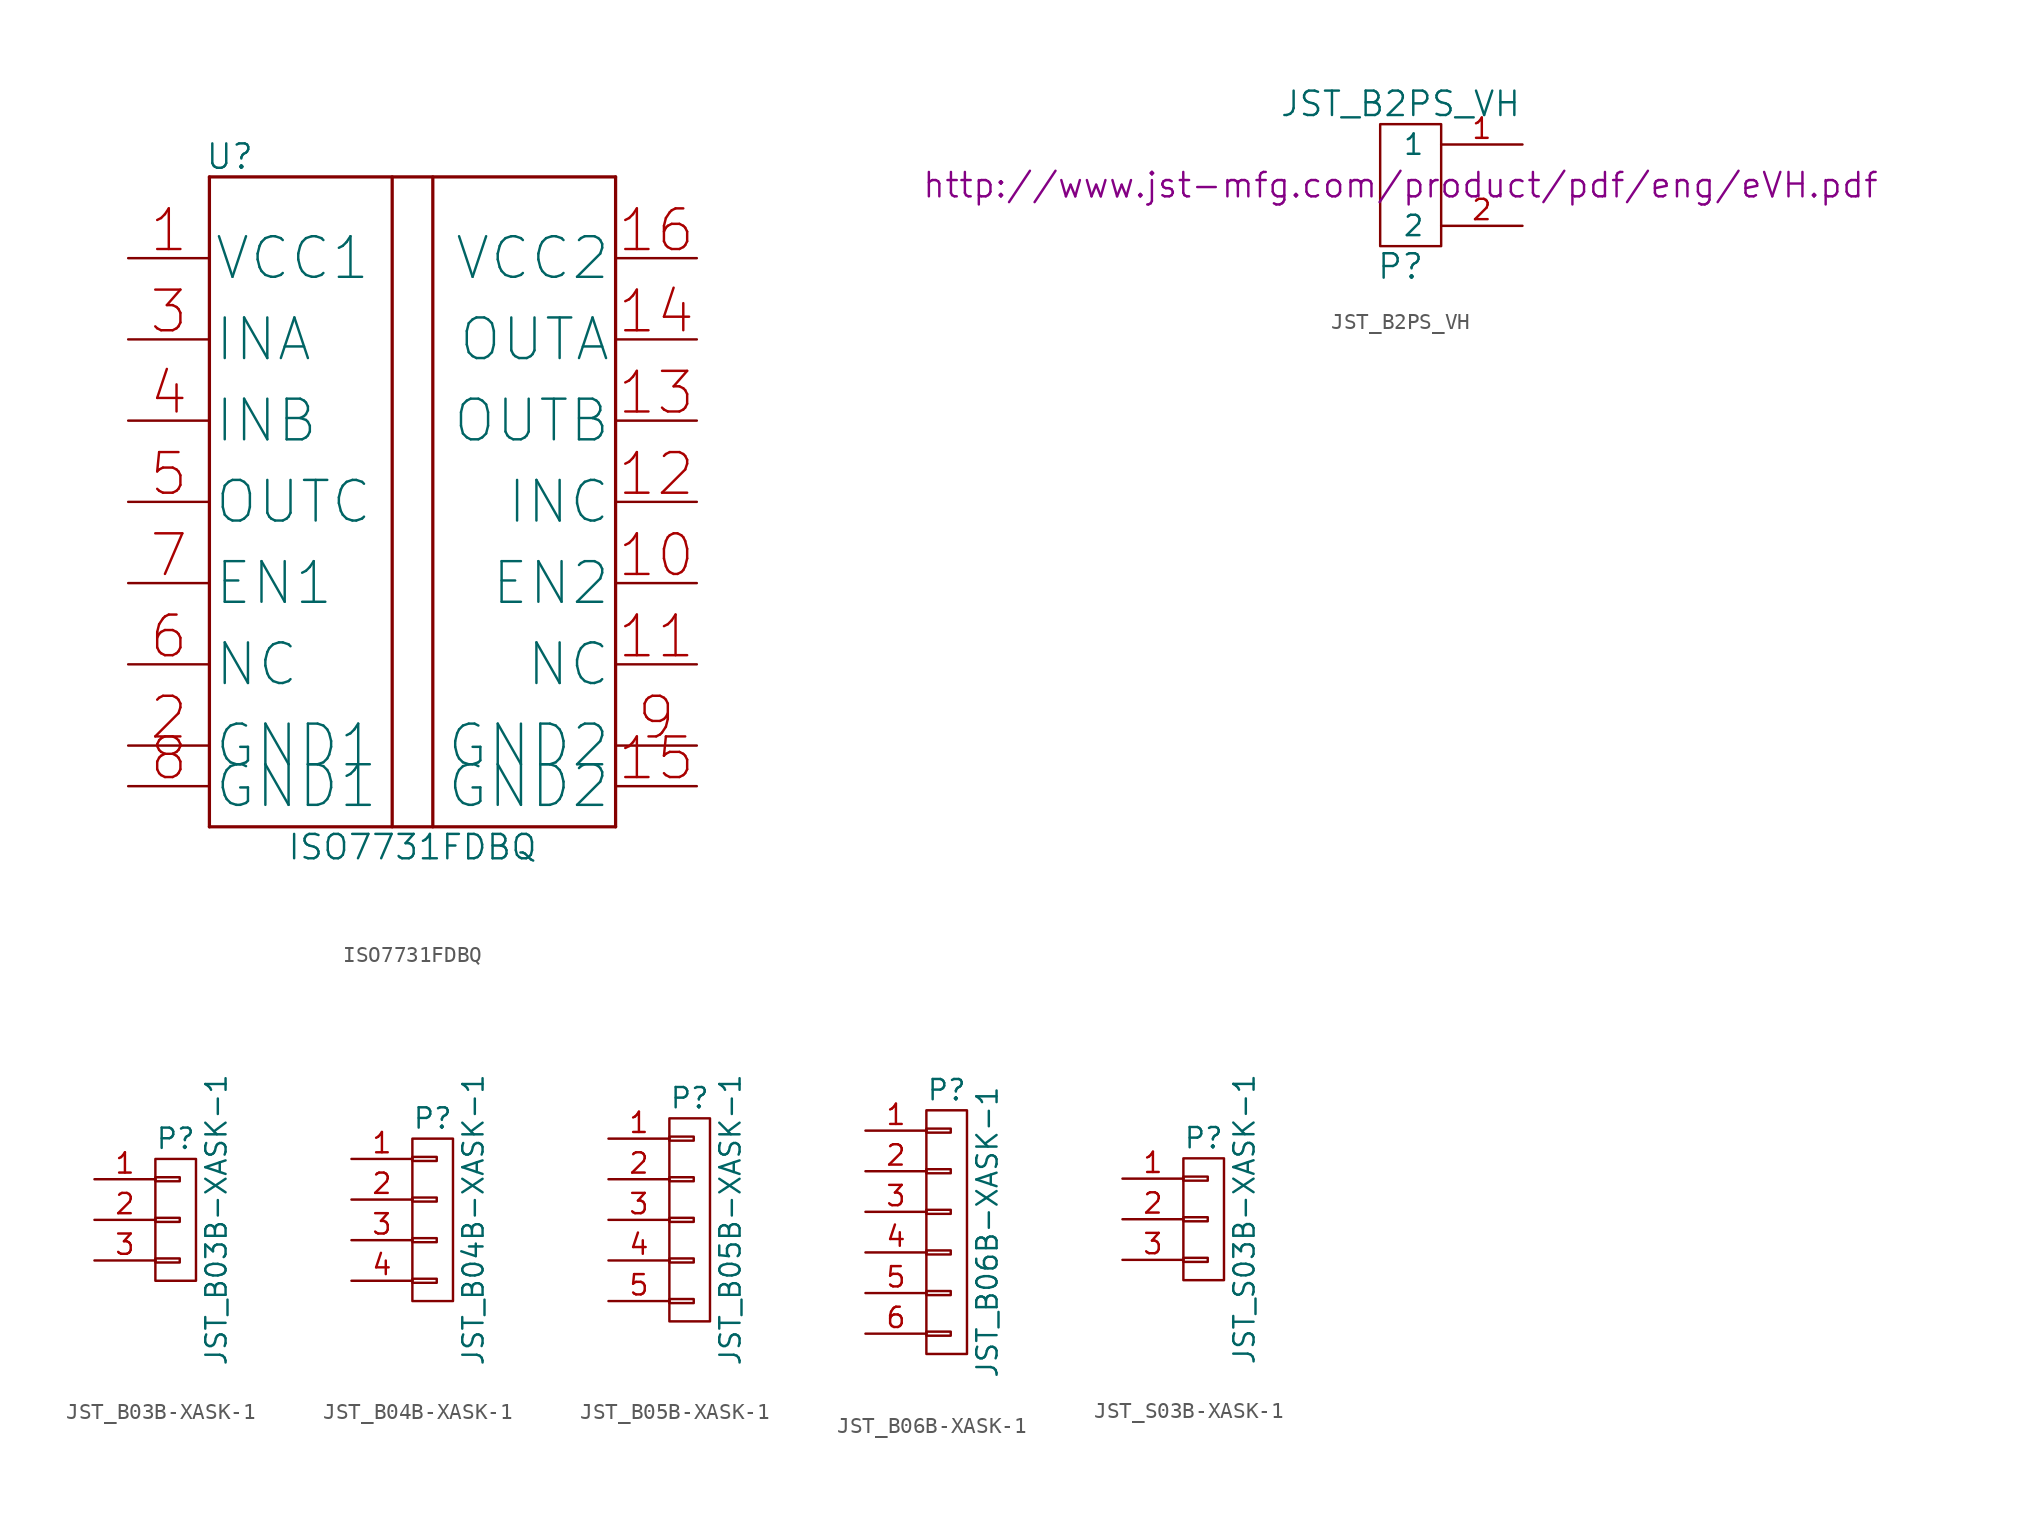
<source format=kicad_sym>
(kicad_symbol_lib
  (version 20211014)
  (generator kicad_symbol_editor)
  (symbol "ISO7731FDBQ"
    (pin_names
      (offset 0.254))
    (property "Reference" "U"
      (at -11.43 21.59 0)
      (effects (font (size 1.524 1.524))))
    (property "Value" "ISO7731FDBQ"
      (at 0 -21.59 0)
      (effects (font (size 1.524 1.524))))
    (property "Datasheet" ""
      (at 0 0 0)
      (effects (font (size 1.524 1.524))))
    (symbol "ISO7731FDBQ_0_0"
      (polyline (pts (xy -12.7 -20.32) (xy 12.7 -20.32)) (stroke (width 0.203) (type default) (color 0 0 0 0)) (fill (type none)))
      (polyline (pts (xy -12.7 20.32) (xy -12.7 -20.32)) (stroke (width 0.203) (type default) (color 0 0 0 0)) (fill (type none)))
      (polyline (pts (xy -1.27 -20.32) (xy -1.27 20.32)) (stroke (width 0.203) (type default) (color 0 0 0 0)) (fill (type none)))
      (polyline (pts (xy 1.27 -20.32) (xy 1.27 20.32)) (stroke (width 0.203) (type default) (color 0 0 0 0)) (fill (type none)))
      (polyline (pts (xy 12.7 -20.32) (xy 12.7 20.32)) (stroke (width 0.203) (type default) (color 0 0 0 0)) (fill (type none)))
      (polyline (pts (xy 12.7 20.32) (xy -12.7 20.32)) (stroke (width 0.203) (type default) (color 0 0 0 0)) (fill (type none))))
    (symbol "ISO7731FDBQ_1_0"
      (pin power_in line (at -17.78 15.24 0) (length 5.08) (name "VCC1" (effects (font (size 2.54 2.54)))) (number "1" (effects (font (size 2.54 2.54)))))
      (pin input line (at 17.78 -5.08 180) (length 5.08) (name "EN2" (effects (font (size 2.54 2.54)))) (number "10" (effects (font (size 2.54 2.54)))))
      (pin passive line (at 17.78 -10.16 180) (length 5.08) (name "NC" (effects (font (size 2.54 2.54)))) (number "11" (effects (font (size 2.54 2.54)))))
      (pin input line (at 17.78 0 180) (length 5.08) (name "INC" (effects (font (size 2.54 2.54)))) (number "12" (effects (font (size 2.54 2.54)))))
      (pin output line (at 17.78 5.08 180) (length 5.08) (name "OUTB" (effects (font (size 2.54 2.54)))) (number "13" (effects (font (size 2.54 2.54)))))
      (pin output line (at 17.78 10.16 180) (length 5.08) (name "OUTA" (effects (font (size 2.54 2.54)))) (number "14" (effects (font (size 2.54 2.54)))))
      (pin power_in line (at 17.78 -17.78 180) (length 5.08) (name "GND2" (effects (font (size 2.54 2.54)))) (number "15" (effects (font (size 2.54 2.54)))))
      (pin power_in line (at 17.78 15.24 180) (length 5.08) (name "VCC2" (effects (font (size 2.54 2.54)))) (number "16" (effects (font (size 2.54 2.54)))))
      (pin power_in line (at -17.78 -15.24 0) (length 5.08) (name "GND1" (effects (font (size 2.54 2.54)))) (number "2" (effects (font (size 2.54 2.54)))))
      (pin input line (at -17.78 10.16 0) (length 5.08) (name "INA" (effects (font (size 2.54 2.54)))) (number "3" (effects (font (size 2.54 2.54)))))
      (pin input line (at -17.78 5.08 0) (length 5.08) (name "INB" (effects (font (size 2.54 2.54)))) (number "4" (effects (font (size 2.54 2.54)))))
      (pin output line (at -17.78 0 0) (length 5.08) (name "OUTC" (effects (font (size 2.54 2.54)))) (number "5" (effects (font (size 2.54 2.54)))))
      (pin passive line (at -17.78 -10.16 0) (length 5.08) (name "NC" (effects (font (size 2.54 2.54)))) (number "6" (effects (font (size 2.54 2.54)))))
      (pin input line (at -17.78 -5.08 0) (length 5.08) (name "EN1" (effects (font (size 2.54 2.54)))) (number "7" (effects (font (size 2.54 2.54)))))
      (pin power_in line (at -17.78 -17.78 0) (length 5.08) (name "GND1" (effects (font (size 2.54 2.54)))) (number "8" (effects (font (size 2.54 2.54)))))
      (pin power_in line (at 17.78 -15.24 180) (length 5.08) (name "GND2" (effects (font (size 2.54 2.54)))) (number "9" (effects (font (size 2.54 2.54)))))))
  (symbol "JST_B2PS_VH"
    (pin_names
      (offset 1.016))
    (property "Reference" "P"
      (at 0 -5.08 0)
      (effects (font (size 1.524 1.524))))
    (property "Value" "JST_B2PS_VH"
      (at 0 5.08 0)
      (effects (font (size 1.524 1.524))))
    (property "Footprint" ""
      (at 0 0 0)
      (effects (font (size 1.524 1.524))))
    (property "Datasheet" "http://www.jst-mfg.com/product/pdf/eng/eVH.pdf"
      (at 0 0 0)
      (effects (font (size 1.524 1.524))))
    (symbol "JST_B2PS_VH_0_1"
      (rectangle (start 2.54 3.81) (end -1.27 -3.81) (stroke (width 0) (type default) (color 0 0 0 0)) (fill (type none))))
    (symbol "JST_B2PS_VH_1_1"
      (pin passive line (at 7.62 2.54 180) (length 5.08) (name "1" (effects (font (size 1.27 1.27)))) (number "1" (effects (font (size 1.27 1.27)))))
      (pin passive line (at 7.62 -2.54 180) (length 5.08) (name "2" (effects (font (size 1.27 1.27)))) (number "2" (effects (font (size 1.27 1.27)))))))
  (symbol "JST_B03B-XASK-1"
    (pin_names
      (offset 1.016) hide)
    (property "Reference" "P"
      (at 0 5.08 0)
      (effects (font (size 1.27 1.27))))
    (property "Value" "JST_B03B-XASK-1"
      (at 2.54 0 90)
      (effects (font (size 1.27 1.27))))
    (property "Footprint" ""
      (at 0 0 0)
      (effects (font (size 1.27 1.27))))
    (symbol "JST_B03B-XASK-1_0_1"
      (rectangle (start -1.27 -2.413) (end 0.254 -2.667) (stroke (width 0) (type default) (color 0 0 0 0)) (fill (type none)))
      (rectangle (start -1.27 0.127) (end 0.254 -0.127) (stroke (width 0) (type default) (color 0 0 0 0)) (fill (type none)))
      (rectangle (start -1.27 2.667) (end 0.254 2.413) (stroke (width 0) (type default) (color 0 0 0 0)) (fill (type none)))
      (rectangle (start -1.27 3.81) (end 1.27 -3.81) (stroke (width 0) (type default) (color 0 0 0 0)) (fill (type none))))
    (symbol "JST_B03B-XASK-1_1_1"
      (pin passive line (at -5.08 2.54 0) (length 3.81) (name "P1" (effects (font (size 1.27 1.27)))) (number "1" (effects (font (size 1.27 1.27)))))
      (pin passive line (at -5.08 0 0) (length 3.81) (name "P2" (effects (font (size 1.27 1.27)))) (number "2" (effects (font (size 1.27 1.27)))))
      (pin passive line (at -5.08 -2.54 0) (length 3.81) (name "P3" (effects (font (size 1.27 1.27)))) (number "3" (effects (font (size 1.27 1.27)))))))
  (symbol "JST_B04B-XASK-1"
    (pin_names
      (offset 1.016) hide)
    (property "Reference" "P"
      (at 0 6.35 0)
      (effects (font (size 1.27 1.27))))
    (property "Value" "JST_B04B-XASK-1"
      (at 2.54 0 90)
      (effects (font (size 1.27 1.27))))
    (property "Footprint" ""
      (at 0 0 0)
      (effects (font (size 1.27 1.27))))
    (symbol "JST_B04B-XASK-1_0_1"
      (rectangle (start -1.27 -3.683) (end 0.254 -3.937) (stroke (width 0) (type default) (color 0 0 0 0)) (fill (type none)))
      (rectangle (start -1.27 -1.143) (end 0.254 -1.397) (stroke (width 0) (type default) (color 0 0 0 0)) (fill (type none)))
      (rectangle (start -1.27 1.397) (end 0.254 1.143) (stroke (width 0) (type default) (color 0 0 0 0)) (fill (type none)))
      (rectangle (start -1.27 3.937) (end 0.254 3.683) (stroke (width 0) (type default) (color 0 0 0 0)) (fill (type none)))
      (rectangle (start -1.27 5.08) (end 1.27 -5.08) (stroke (width 0) (type default) (color 0 0 0 0)) (fill (type none))))
    (symbol "JST_B04B-XASK-1_1_1"
      (pin passive line (at -5.08 3.81 0) (length 3.81) (name "P1" (effects (font (size 1.27 1.27)))) (number "1" (effects (font (size 1.27 1.27)))))
      (pin passive line (at -5.08 1.27 0) (length 3.81) (name "P2" (effects (font (size 1.27 1.27)))) (number "2" (effects (font (size 1.27 1.27)))))
      (pin passive line (at -5.08 -1.27 0) (length 3.81) (name "P3" (effects (font (size 1.27 1.27)))) (number "3" (effects (font (size 1.27 1.27)))))
      (pin passive line (at -5.08 -3.81 0) (length 3.81) (name "P4" (effects (font (size 1.27 1.27)))) (number "4" (effects (font (size 1.27 1.27)))))))
  (symbol "JST_B05B-XASK-1"
    (pin_names
      (offset 1.016) hide)
    (property "Reference" "P"
      (at 0 7.62 0)
      (effects (font (size 1.27 1.27))))
    (property "Value" "JST_B05B-XASK-1"
      (at 2.54 0 90)
      (effects (font (size 1.27 1.27))))
    (property "Footprint" ""
      (at 0 0 0)
      (effects (font (size 1.27 1.27))))
    (symbol "JST_B05B-XASK-1_0_1"
      (rectangle (start -1.27 -4.953) (end 0.254 -5.207) (stroke (width 0) (type default) (color 0 0 0 0)) (fill (type none)))
      (rectangle (start -1.27 -2.413) (end 0.254 -2.667) (stroke (width 0) (type default) (color 0 0 0 0)) (fill (type none)))
      (rectangle (start -1.27 0.127) (end 0.254 -0.127) (stroke (width 0) (type default) (color 0 0 0 0)) (fill (type none)))
      (rectangle (start -1.27 2.667) (end 0.254 2.413) (stroke (width 0) (type default) (color 0 0 0 0)) (fill (type none)))
      (rectangle (start -1.27 5.207) (end 0.254 4.953) (stroke (width 0) (type default) (color 0 0 0 0)) (fill (type none)))
      (rectangle (start -1.27 6.35) (end 1.27 -6.35) (stroke (width 0) (type default) (color 0 0 0 0)) (fill (type none))))
    (symbol "JST_B05B-XASK-1_1_1"
      (pin passive line (at -5.08 5.08 0) (length 3.81) (name "P1" (effects (font (size 1.27 1.27)))) (number "1" (effects (font (size 1.27 1.27)))))
      (pin passive line (at -5.08 2.54 0) (length 3.81) (name "P2" (effects (font (size 1.27 1.27)))) (number "2" (effects (font (size 1.27 1.27)))))
      (pin passive line (at -5.08 0 0) (length 3.81) (name "P3" (effects (font (size 1.27 1.27)))) (number "3" (effects (font (size 1.27 1.27)))))
      (pin passive line (at -5.08 -2.54 0) (length 3.81) (name "P4" (effects (font (size 1.27 1.27)))) (number "4" (effects (font (size 1.27 1.27)))))
      (pin passive line (at -5.08 -5.08 0) (length 3.81) (name "P5" (effects (font (size 1.27 1.27)))) (number "5" (effects (font (size 1.27 1.27)))))))
  (symbol "JST_B06B-XASK-1"
    (pin_names
      (offset 1.016) hide)
    (property "Reference" "P"
      (at 0 8.89 0)
      (effects (font (size 1.27 1.27))))
    (property "Value" "JST_B06B-XASK-1"
      (at 2.54 0 90)
      (effects (font (size 1.27 1.27))))
    (property "Footprint" ""
      (at -2.54 6.35 0)
      (effects (font (size 1.27 1.27))))
    (symbol "JST_B06B-XASK-1_0_1"
      (rectangle (start -1.27 -6.223) (end 0.254 -6.477) (stroke (width 0) (type default) (color 0 0 0 0)) (fill (type none)))
      (rectangle (start -1.27 -3.683) (end 0.254 -3.937) (stroke (width 0) (type default) (color 0 0 0 0)) (fill (type none)))
      (rectangle (start -1.27 -1.143) (end 0.254 -1.397) (stroke (width 0) (type default) (color 0 0 0 0)) (fill (type none)))
      (rectangle (start -1.27 1.397) (end 0.254 1.143) (stroke (width 0) (type default) (color 0 0 0 0)) (fill (type none)))
      (rectangle (start -1.27 3.937) (end 0.254 3.683) (stroke (width 0) (type default) (color 0 0 0 0)) (fill (type none)))
      (rectangle (start -1.27 6.477) (end 0.254 6.223) (stroke (width 0) (type default) (color 0 0 0 0)) (fill (type none)))
      (rectangle (start -1.27 7.62) (end 1.27 -7.62) (stroke (width 0) (type default) (color 0 0 0 0)) (fill (type none))))
    (symbol "JST_B06B-XASK-1_1_1"
      (pin passive line (at -5.08 6.35 0) (length 3.81) (name "P1" (effects (font (size 1.27 1.27)))) (number "1" (effects (font (size 1.27 1.27)))))
      (pin passive line (at -5.08 3.81 0) (length 3.81) (name "P2" (effects (font (size 1.27 1.27)))) (number "2" (effects (font (size 1.27 1.27)))))
      (pin passive line (at -5.08 1.27 0) (length 3.81) (name "P3" (effects (font (size 1.27 1.27)))) (number "3" (effects (font (size 1.27 1.27)))))
      (pin passive line (at -5.08 -1.27 0) (length 3.81) (name "P4" (effects (font (size 1.27 1.27)))) (number "4" (effects (font (size 1.27 1.27)))))
      (pin passive line (at -5.08 -3.81 0) (length 3.81) (name "P5" (effects (font (size 1.27 1.27)))) (number "5" (effects (font (size 1.27 1.27)))))
      (pin passive line (at -5.08 -6.35 0) (length 3.81) (name "P6" (effects (font (size 1.27 1.27)))) (number "6" (effects (font (size 1.27 1.27)))))))
  (symbol "JST_S03B-XASK-1"
    (pin_names
      (offset 1.016) hide)
    (property "Reference" "P"
      (at 0 5.08 0)
      (effects (font (size 1.27 1.27))))
    (property "Value" "JST_S03B-XASK-1"
      (at 2.54 0 90)
      (effects (font (size 1.27 1.27))))
    (property "Footprint" ""
      (at 0 0 0)
      (effects (font (size 1.27 1.27))))
    (symbol "JST_S03B-XASK-1_0_1"
      (rectangle (start -1.27 -2.413) (end 0.254 -2.667) (stroke (width 0) (type default) (color 0 0 0 0)) (fill (type none)))
      (rectangle (start -1.27 0.127) (end 0.254 -0.127) (stroke (width 0) (type default) (color 0 0 0 0)) (fill (type none)))
      (rectangle (start -1.27 2.667) (end 0.254 2.413) (stroke (width 0) (type default) (color 0 0 0 0)) (fill (type none)))
      (rectangle (start -1.27 3.81) (end 1.27 -3.81) (stroke (width 0) (type default) (color 0 0 0 0)) (fill (type none))))
    (symbol "JST_S03B-XASK-1_1_1"
      (pin passive line (at -5.08 2.54 0) (length 3.81) (name "P1" (effects (font (size 1.27 1.27)))) (number "1" (effects (font (size 1.27 1.27)))))
      (pin passive line (at -5.08 0 0) (length 3.81) (name "P2" (effects (font (size 1.27 1.27)))) (number "2" (effects (font (size 1.27 1.27)))))
      (pin passive line (at -5.08 -2.54 0) (length 3.81) (name "P3" (effects (font (size 1.27 1.27)))) (number "3" (effects (font (size 1.27 1.27))))))))
</source>
